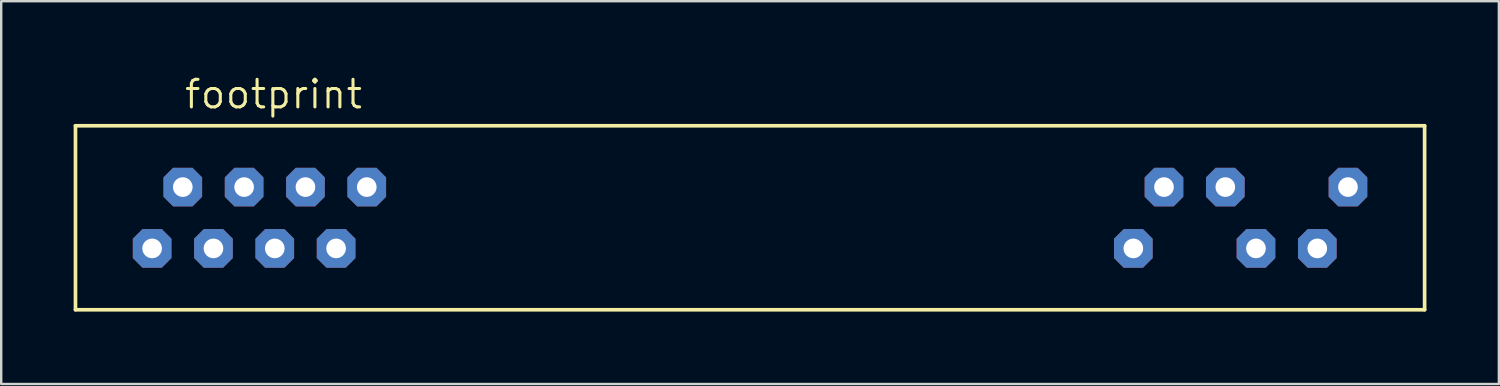
<source format=kicad_pcb>
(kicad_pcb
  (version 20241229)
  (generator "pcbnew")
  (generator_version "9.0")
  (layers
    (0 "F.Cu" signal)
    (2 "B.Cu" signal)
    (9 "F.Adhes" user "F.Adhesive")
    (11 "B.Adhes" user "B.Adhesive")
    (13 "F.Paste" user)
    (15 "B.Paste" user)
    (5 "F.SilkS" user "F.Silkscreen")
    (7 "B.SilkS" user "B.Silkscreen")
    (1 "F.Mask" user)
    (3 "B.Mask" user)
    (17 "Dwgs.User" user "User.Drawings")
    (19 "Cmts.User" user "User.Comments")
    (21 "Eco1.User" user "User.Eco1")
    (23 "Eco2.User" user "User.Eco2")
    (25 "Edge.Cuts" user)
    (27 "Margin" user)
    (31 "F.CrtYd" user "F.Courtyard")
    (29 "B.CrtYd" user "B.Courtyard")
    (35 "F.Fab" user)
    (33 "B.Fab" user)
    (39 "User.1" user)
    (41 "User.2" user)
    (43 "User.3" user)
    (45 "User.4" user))
  (footprint "footprint"
    (layer "F.Cu")
    (at 29.921 5.969)
    (property "Reference" "footprint" (at -25.4 -4.445 0) (layer "F.SilkS") (effects (font (size 1.143 1.143) (thickness 0.127)) (justify left bottom)))
    (fp_line (start -29.845 -3.81) (end 26.035 -3.81) (stroke (width 0.152) (type solid)) (layer "F.SilkS"))
    (fp_line (start -29.845 3.81) (end -29.845 -3.81) (stroke (width 0.152) (type solid)) (layer "F.SilkS"))
    (fp_line (start 26.035 -3.81) (end 26.035 3.81) (stroke (width 0.152) (type solid)) (layer "F.SilkS"))
    (fp_line (start 26.035 3.81) (end -29.845 3.81) (stroke (width 0.152) (type solid)) (layer "F.SilkS"))
    (pad "1" thru_hole roundrect (at -26.67 1.27) (size 1.6 1.6) (drill 0.813) (layers "*.Cu" "*.Mask") (roundrect_rratio 0.25) (chamfer_ratio 0.25) (chamfer top_left top_right bottom_left bottom_right))
    (pad "2" thru_hole roundrect (at -25.4 -1.27) (size 1.6 1.6) (drill 0.813) (layers "*.Cu" "*.Mask") (roundrect_rratio 0.25) (chamfer_ratio 0.25) (chamfer top_left top_right bottom_left bottom_right))
    (pad "3" thru_hole roundrect (at -24.13 1.27) (size 1.6 1.6) (drill 0.813) (layers "*.Cu" "*.Mask") (roundrect_rratio 0.25) (chamfer_ratio 0.25) (chamfer top_left top_right bottom_left bottom_right))
    (pad "4" thru_hole roundrect (at -22.86 -1.27) (size 1.6 1.6) (drill 0.813) (layers "*.Cu" "*.Mask") (roundrect_rratio 0.25) (chamfer_ratio 0.25) (chamfer top_left top_right bottom_left bottom_right))
    (pad "5" thru_hole roundrect (at -21.59 1.27) (size 1.6 1.6) (drill 0.813) (layers "*.Cu" "*.Mask") (roundrect_rratio 0.25) (chamfer_ratio 0.25) (chamfer top_left top_right bottom_left bottom_right))
    (pad "6" thru_hole roundrect (at -20.32 -1.27) (size 1.6 1.6) (drill 0.813) (layers "*.Cu" "*.Mask") (roundrect_rratio 0.25) (chamfer_ratio 0.25) (chamfer top_left top_right bottom_left bottom_right))
    (pad "7" thru_hole roundrect (at -19.05 1.27) (size 1.6 1.6) (drill 0.813) (layers "*.Cu" "*.Mask") (roundrect_rratio 0.25) (chamfer_ratio 0.25) (chamfer top_left top_right bottom_left bottom_right))
    (pad "8" thru_hole roundrect (at -17.78 -1.27) (size 1.6 1.6) (drill 0.813) (layers "*.Cu" "*.Mask") (roundrect_rratio 0.25) (chamfer_ratio 0.25) (chamfer top_left top_right bottom_left bottom_right))
    (pad "31" thru_hole roundrect (at 13.97 1.27) (size 1.6 1.6) (drill 0.813) (layers "*.Cu" "*.Mask") (roundrect_rratio 0.25) (chamfer_ratio 0.25) (chamfer top_left top_right bottom_left bottom_right))
    (pad "32" thru_hole roundrect (at 15.24 -1.27) (size 1.6 1.6) (drill 0.813) (layers "*.Cu" "*.Mask") (roundrect_rratio 0.25) (chamfer_ratio 0.25) (chamfer top_left top_right bottom_left bottom_right))
    (pad "34" thru_hole roundrect (at 17.78 -1.27) (size 1.6 1.6) (drill 0.813) (layers "*.Cu" "*.Mask") (roundrect_rratio 0.25) (chamfer_ratio 0.25) (chamfer top_left top_right bottom_left bottom_right))
    (pad "35" thru_hole roundrect (at 19.05 1.27) (size 1.6 1.6) (drill 0.813) (layers "*.Cu" "*.Mask") (roundrect_rratio 0.25) (chamfer_ratio 0.25) (chamfer top_left top_right bottom_left bottom_right))
    (pad "37" thru_hole roundrect (at 21.59 1.27) (size 1.6 1.6) (drill 0.813) (layers "*.Cu" "*.Mask") (roundrect_rratio 0.25) (chamfer_ratio 0.25) (chamfer top_left top_right bottom_left bottom_right))
    (pad "38" thru_hole roundrect (at 22.86 -1.27) (size 1.6 1.6) (drill 0.813) (layers "*.Cu" "*.Mask") (roundrect_rratio 0.25) (chamfer_ratio 0.25) (chamfer top_left top_right bottom_left bottom_right)))
  (gr_rect
    (start -3 -3)
    (end 59.032 12.855)
    (stroke (width 0.1) (type default))
    (fill no)
    (layer "Edge.Cuts")))
</source>
